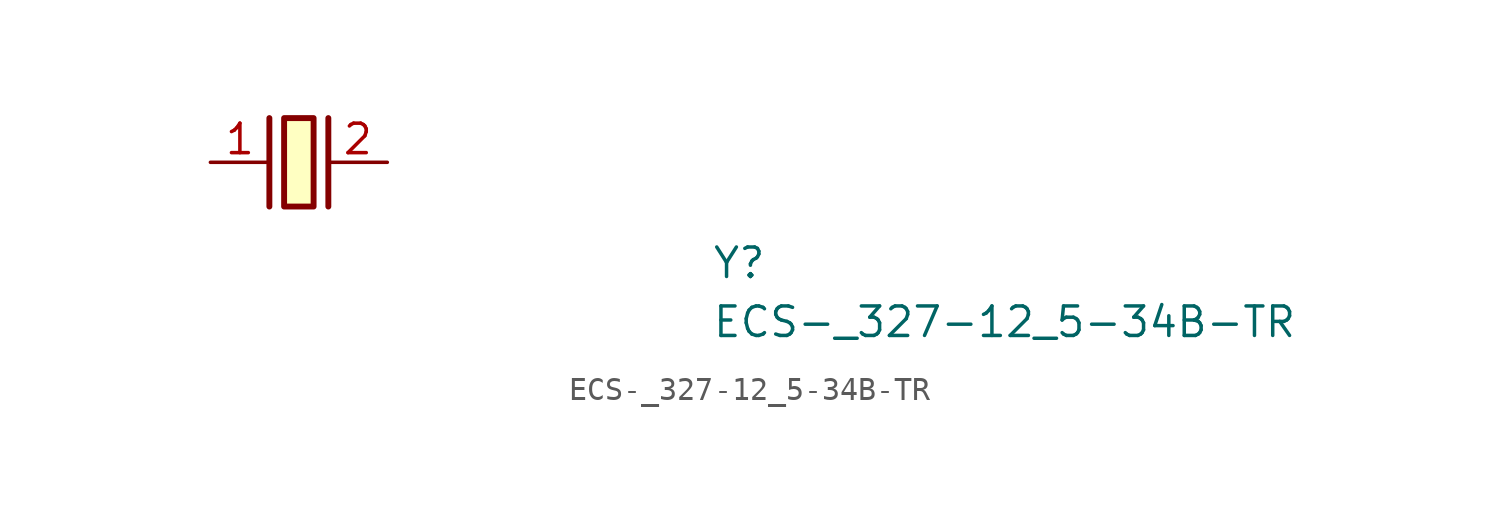
<source format=kicad_sym>
(kicad_symbol_lib
  (version 20211014)
  (generator kicad_symbol_editor)
  (symbol "ECS-_327-12_5-34B-TR"
    (property "Reference" "Y"
      (at 21.59 -5.08 0)
      (effects (font (size 1.27 1.27) (thickness 0.15)) (justify left bottom)))
    (property "Value" "ECS-_327-12_5-34B-TR"
      (at 21.59 -7.62 0)
      (effects (font (size 1.27 1.27) (thickness 0.15)) (justify left bottom)))
    (symbol "ECS-_327-12_5-34B-TR_1_1"
      (polyline (pts (xy 2.54 1.905) (xy 2.54 -1.905)) (stroke (width 0.254) (type default) (color 0 0 0 0)) (fill (type background)))
      (polyline (pts (xy 5.08 1.905) (xy 5.08 -1.905)) (stroke (width 0.254) (type default) (color 0 0 0 0)) (fill (type background)))
      (rectangle (start 3.175 1.905) (end 4.445 -1.905) (stroke (width 0.254) (type default) (color 0 0 0 0)) (fill (type background)))
      (pin bidirectional line (at 0 0 0) (length 2.54) (name "~" (effects (font (size 1.27 1.27)))) (number "1" (effects (font (size 1.27 1.27)))))
      (pin bidirectional line (at 7.62 0 180) (length 2.54) (name "~" (effects (font (size 1.27 1.27)))) (number "2" (effects (font (size 1.27 1.27))))))))
</source>
